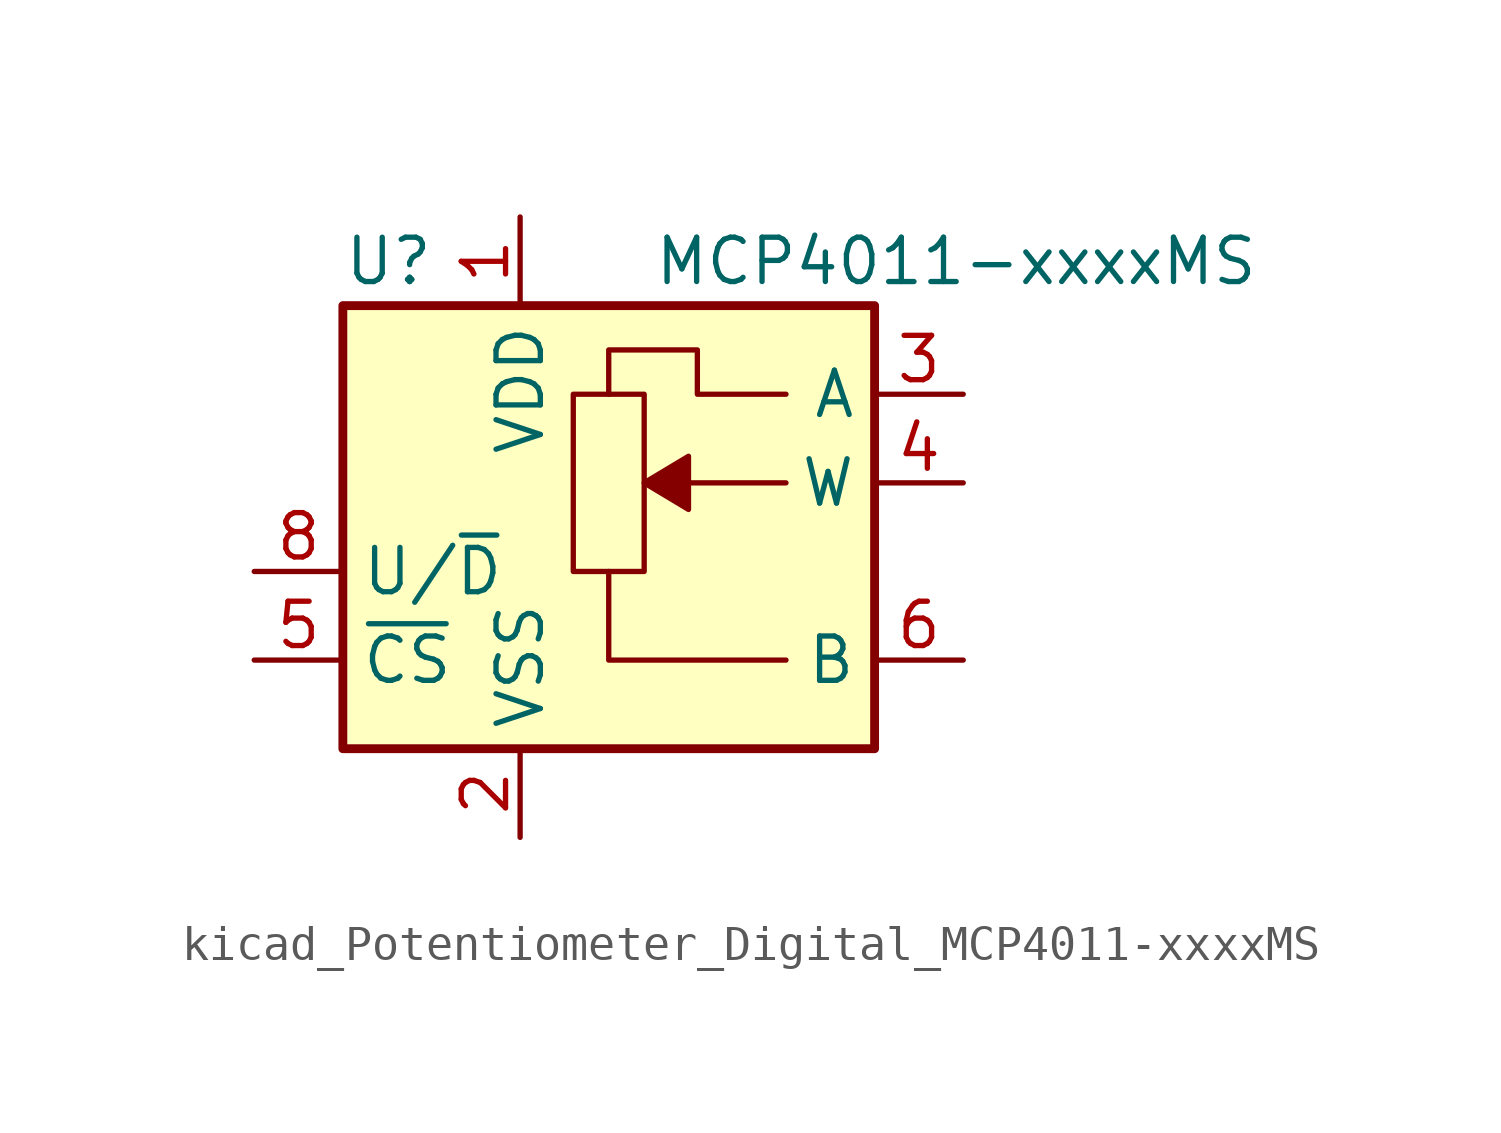
<source format=kicad_sym>
(kicad_symbol_lib
  (version 20220914)
  (generator kicad_symbol_editor)
  (symbol "kicad_Potentiometer_Digital_MCP4011-xxxxMS"
    (property "Reference" "U"
      (at -7.62 8.89 0)
      (effects (font (size 1.27 1.27)) (justify left)))
    (property "Value" "MCP4011-xxxxMS"
      (at 1.27 8.89 0)
      (effects (font (size 1.27 1.27)) (justify left)))
    (symbol "kicad_Potentiometer_Digital_MCP4011-xxxxMS_0_1"
      (polyline (pts (xy 0 0) (xy 0 -2.54) (xy 5.08 -2.54)) (stroke (width 0) (type default)) (fill (type none)))
      (polyline (pts (xy 5.08 2.54) (xy 3.81 2.54) (xy 1.27 2.54)) (stroke (width 0) (type default)) (fill (type none)))
      (polyline (pts (xy 5.08 5.08) (xy 2.54 5.08) (xy 2.54 6.35) (xy 0 6.35) (xy 0 5.08)) (stroke (width 0) (type default)) (fill (type none))))
    (symbol "kicad_Potentiometer_Digital_MCP4011-xxxxMS_1_1"
      (rectangle (start -7.62 7.62) (end 7.62 -5.08) (stroke (width 0.254) (type default)) (fill (type background)))
      (polyline (pts (xy 2.286 1.778) (xy 2.286 3.302) (xy 1.016 2.54) (xy 2.286 1.778)) (stroke (width 0) (type default)) (fill (type outline)))
      (rectangle (start 1.016 0) (end -1.016 5.08) (stroke (width 0) (type default)) (fill (type none)))
      (pin power_in line (at -2.54 10.16 270) (length 2.54) (name "VDD" (effects (font (size 1.27 1.27)))) (number "1" (effects (font (size 1.27 1.27)))))
      (pin power_in line (at -2.54 -7.62 90) (length 2.54) (name "VSS" (effects (font (size 1.27 1.27)))) (number "2" (effects (font (size 1.27 1.27)))))
      (pin passive line (at 10.16 5.08 180) (length 2.54) (name "A" (effects (font (size 1.27 1.27)))) (number "3" (effects (font (size 1.27 1.27)))))
      (pin passive line (at 10.16 2.54 180) (length 2.54) (name "W" (effects (font (size 1.27 1.27)))) (number "4" (effects (font (size 1.27 1.27)))))
      (pin input line (at -10.16 -2.54 0) (length 2.54) (name "~{CS}" (effects (font (size 1.27 1.27)))) (number "5" (effects (font (size 1.27 1.27)))))
      (pin passive line (at 10.16 -2.54 180) (length 2.54) (name "B" (effects (font (size 1.27 1.27)))) (number "6" (effects (font (size 1.27 1.27)))))
      (pin no_connect line (at -7.62 5.08 0) (length 2.54) hide (name "NC" (effects (font (size 1.27 1.27)))) (number "7" (effects (font (size 1.27 1.27)))))
      (pin input line (at -10.16 0 0) (length 2.54) (name "U/~{D}" (effects (font (size 1.27 1.27)))) (number "8" (effects (font (size 1.27 1.27))))))))
</source>
